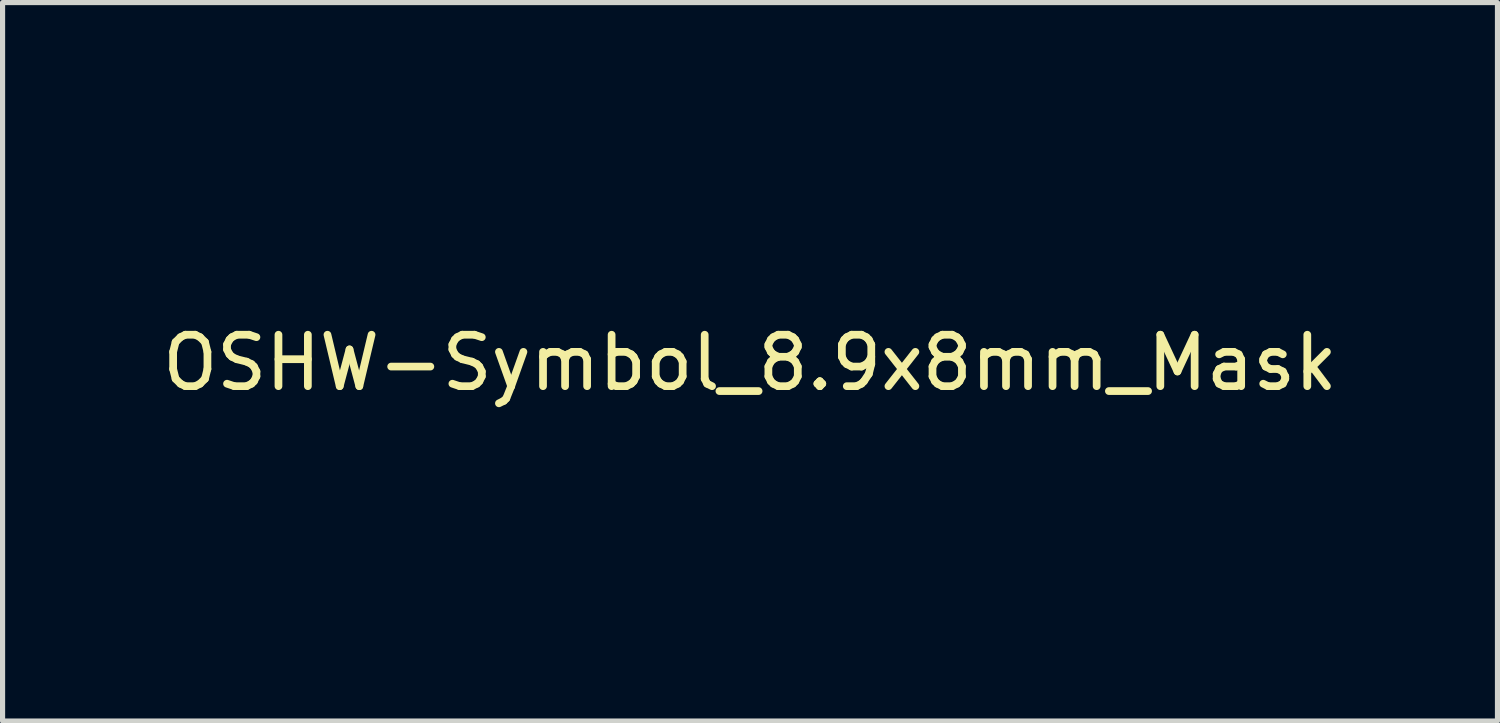
<source format=kicad_pcb>
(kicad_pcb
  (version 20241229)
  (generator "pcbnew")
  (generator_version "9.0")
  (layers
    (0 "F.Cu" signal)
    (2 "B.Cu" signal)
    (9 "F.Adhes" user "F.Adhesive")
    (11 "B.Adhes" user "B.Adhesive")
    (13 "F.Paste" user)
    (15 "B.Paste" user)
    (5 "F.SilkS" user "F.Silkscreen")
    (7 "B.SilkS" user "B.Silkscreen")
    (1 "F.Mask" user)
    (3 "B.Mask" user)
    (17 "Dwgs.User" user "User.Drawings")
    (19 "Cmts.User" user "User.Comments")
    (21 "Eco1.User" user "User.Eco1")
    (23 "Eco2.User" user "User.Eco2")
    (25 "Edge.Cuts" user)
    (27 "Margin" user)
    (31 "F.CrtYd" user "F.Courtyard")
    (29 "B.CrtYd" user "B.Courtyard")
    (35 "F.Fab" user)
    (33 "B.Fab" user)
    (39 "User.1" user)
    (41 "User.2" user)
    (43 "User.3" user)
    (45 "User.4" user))
  (footprint "OSHW-Symbol_8.9x8mm_Mask"
    (layer "F.Cu")
    (at 11.53 4.002)
    (property "Reference" "OSHW-Symbol_8.9x8mm_Mask" (at 0 0 0) (layer "F.SilkS") (effects (font (size 1 1) (thickness 0.15))))
    (attr exclude_from_pos_files exclude_from_bom)
    (fp_poly (pts (xy 0.747 -3.4) (xy 0.859 -2.802) (xy 1.275 -2.631) (xy 1.69 -2.46) (xy 2.188 -2.799) (xy 2.328 -2.893) (xy 2.454 -2.977) (xy 2.561 -3.048) (xy 2.643 -3.1) (xy 2.693 -3.131) (xy 2.707 -3.138) (xy 2.732 -3.121) (xy 2.785 -3.073) (xy 2.86 -3.002) (xy 2.952 -2.912) (xy 3.054 -2.811) (xy 3.161 -2.703) (xy 3.266 -2.596) (xy 3.363 -2.494) (xy 3.447 -2.405) (xy 3.512 -2.333) (xy 3.552 -2.286) (xy 3.561 -2.27) (xy 3.547 -2.241) (xy 3.509 -2.178) (xy 3.451 -2.086) (xy 3.376 -1.971) (xy 3.288 -1.841) (xy 3.237 -1.767) (xy 3.145 -1.632) (xy 3.063 -1.509) (xy 2.995 -1.406) (xy 2.945 -1.329) (xy 2.918 -1.283) (xy 2.914 -1.273) (xy 2.923 -1.245) (xy 2.948 -1.181) (xy 2.986 -1.09) (xy 3.032 -0.979) (xy 3.083 -0.859) (xy 3.134 -0.739) (xy 3.182 -0.627) (xy 3.224 -0.532) (xy 3.254 -0.464) (xy 3.271 -0.432) (xy 3.272 -0.431) (xy 3.297 -0.424) (xy 3.364 -0.411) (xy 3.466 -0.39) (xy 3.597 -0.365) (xy 3.748 -0.337) (xy 3.837 -0.32) (xy 3.998 -0.29) (xy 4.145 -0.26) (xy 4.268 -0.234) (xy 4.36 -0.213) (xy 4.415 -0.197) (xy 4.426 -0.193) (xy 4.437 -0.16) (xy 4.446 -0.086) (xy 4.452 0.02) (xy 4.457 0.15) (xy 4.46 0.296) (xy 4.46 0.448) (xy 4.458 0.598) (xy 4.455 0.737) (xy 4.449 0.857) (xy 4.441 0.949) (xy 4.431 1.005) (xy 4.425 1.016) (xy 4.39 1.03) (xy 4.316 1.05) (xy 4.212 1.074) (xy 4.089 1.098) (xy 4.046 1.106) (xy 3.838 1.144) (xy 3.674 1.175) (xy 3.548 1.2) (xy 3.455 1.219) (xy 3.389 1.235) (xy 3.346 1.248) (xy 3.318 1.26) (xy 3.302 1.272) (xy 3.3 1.274) (xy 3.278 1.311) (xy 3.243 1.384) (xy 3.2 1.484) (xy 3.153 1.601) (xy 3.103 1.727) (xy 3.056 1.852) (xy 3.014 1.969) (xy 2.981 2.067) (xy 2.96 2.138) (xy 2.954 2.173) (xy 2.954 2.174) (xy 2.973 2.203) (xy 3.016 2.266) (xy 3.078 2.357) (xy 3.154 2.469) (xy 3.241 2.596) (xy 3.266 2.632) (xy 3.355 2.763) (xy 3.433 2.883) (xy 3.496 2.984) (xy 3.539 3.06) (xy 3.56 3.103) (xy 3.561 3.109) (xy 3.544 3.137) (xy 3.496 3.193) (xy 3.424 3.271) (xy 3.334 3.365) (xy 3.232 3.468) (xy 3.124 3.575) (xy 3.016 3.68) (xy 2.914 3.776) (xy 2.825 3.858) (xy 2.755 3.919) (xy 2.709 3.954) (xy 2.696 3.959) (xy 2.667 3.946) (xy 2.607 3.91) (xy 2.526 3.857) (xy 2.463 3.815) (xy 2.35 3.737) (xy 2.216 3.645) (xy 2.081 3.553) (xy 2.009 3.504) (xy 1.764 3.339) (xy 1.559 3.45) (xy 1.465 3.499) (xy 1.385 3.536) (xy 1.331 3.558) (xy 1.318 3.561) (xy 1.301 3.539) (xy 1.269 3.476) (xy 1.223 3.379) (xy 1.165 3.253) (xy 1.099 3.103) (xy 1.027 2.936) (xy 0.951 2.758) (xy 0.873 2.574) (xy 0.796 2.39) (xy 0.723 2.211) (xy 0.655 2.044) (xy 0.596 1.895) (xy 0.547 1.768) (xy 0.511 1.671) (xy 0.491 1.608) (xy 0.488 1.586) (xy 0.513 1.558) (xy 0.57 1.514) (xy 0.644 1.461) (xy 0.651 1.457) (xy 0.844 1.302) (xy 1 1.122) (xy 1.117 0.921) (xy 1.194 0.706) (xy 1.229 0.483) (xy 1.222 0.257) (xy 1.17 0.034) (xy 1.073 -0.18) (xy 1.044 -0.226) (xy 0.896 -0.415) (xy 0.72 -0.567) (xy 0.524 -0.681) (xy 0.313 -0.756) (xy 0.093 -0.791) (xy -0.13 -0.786) (xy -0.349 -0.74) (xy -0.559 -0.652) (xy -0.753 -0.521) (xy -0.813 -0.468) (xy -0.966 -0.301) (xy -1.077 -0.126) (xy -1.153 0.07) (xy -1.196 0.265) (xy -1.206 0.483) (xy -1.171 0.703) (xy -1.094 0.916) (xy -0.979 1.116) (xy -0.829 1.294) (xy -0.647 1.444) (xy -0.623 1.46) (xy -0.548 1.512) (xy -0.49 1.557) (xy -0.463 1.585) (xy -0.462 1.586) (xy -0.468 1.617) (xy -0.492 1.687) (xy -0.53 1.791) (xy -0.581 1.922) (xy -0.642 2.076) (xy -0.711 2.245) (xy -0.786 2.425) (xy -0.863 2.61) (xy -0.941 2.793) (xy -1.016 2.97) (xy -1.088 3.134) (xy -1.152 3.279) (xy -1.208 3.4) (xy -1.251 3.491) (xy -1.281 3.546) (xy -1.293 3.561) (xy -1.329 3.55) (xy -1.397 3.519) (xy -1.485 3.476) (xy -1.534 3.45) (xy -1.739 3.339) (xy -1.984 3.504) (xy -2.109 3.589) (xy -2.246 3.683) (xy -2.374 3.77) (xy -2.438 3.815) (xy -2.528 3.875) (xy -2.605 3.923) (xy -2.658 3.953) (xy -2.675 3.959) (xy -2.7 3.942) (xy -2.755 3.895) (xy -2.835 3.823) (xy -2.934 3.731) (xy -3.048 3.623) (xy -3.12 3.554) (xy -3.245 3.431) (xy -3.354 3.32) (xy -3.441 3.227) (xy -3.503 3.157) (xy -3.534 3.114) (xy -3.537 3.105) (xy -3.523 3.072) (xy -3.485 3.005) (xy -3.426 2.911) (xy -3.352 2.796) (xy -3.266 2.668) (xy -3.241 2.632) (xy -3.152 2.502) (xy -3.072 2.386) (xy -3.006 2.288) (xy -2.958 2.217) (xy -2.932 2.178) (xy -2.93 2.174) (xy -2.933 2.143) (xy -2.953 2.076) (xy -2.985 1.98) (xy -3.026 1.865) (xy -3.073 1.74) (xy -3.123 1.614) (xy -3.171 1.495) (xy -3.214 1.394) (xy -3.25 1.318) (xy -3.273 1.276) (xy -3.275 1.274) (xy -3.29 1.262) (xy -3.314 1.25) (xy -3.355 1.237) (xy -3.416 1.222) (xy -3.503 1.204) (xy -3.622 1.18) (xy -3.779 1.151) (xy -3.978 1.114) (xy -4.021 1.106) (xy -4.149 1.082) (xy -4.26 1.058) (xy -4.345 1.036) (xy -4.394 1.02) (xy -4.401 1.016) (xy -4.411 0.983) (xy -4.42 0.909) (xy -4.427 0.802) (xy -4.432 0.672) (xy -4.434 0.526) (xy -4.435 0.374) (xy -4.434 0.224) (xy -4.43 0.085) (xy -4.425 -0.034) (xy -4.417 -0.126) (xy -4.407 -0.181) (xy -4.401 -0.193) (xy -4.369 -0.204) (xy -4.295 -0.222) (xy -4.186 -0.246) (xy -4.051 -0.274) (xy -3.896 -0.305) (xy -3.812 -0.32) (xy -3.652 -0.35) (xy -3.509 -0.377) (xy -3.391 -0.4) (xy -3.304 -0.418) (xy -3.255 -0.428) (xy -3.247 -0.431) (xy -3.233 -0.457) (xy -3.204 -0.52) (xy -3.164 -0.611) (xy -3.117 -0.721) (xy -3.065 -0.841) (xy -3.014 -0.962) (xy -2.967 -1.074) (xy -2.928 -1.17) (xy -2.901 -1.239) (xy -2.889 -1.273) (xy -2.889 -1.274) (xy -2.902 -1.301) (xy -2.94 -1.362) (xy -2.999 -1.452) (xy -3.074 -1.565) (xy -3.161 -1.694) (xy -3.212 -1.768) (xy -3.305 -1.904) (xy -3.387 -2.027) (xy -3.455 -2.132) (xy -3.505 -2.212) (xy -3.532 -2.26) (xy -3.536 -2.271) (xy -3.519 -2.296) (xy -3.473 -2.35) (xy -3.402 -2.426) (xy -3.314 -2.519) (xy -3.214 -2.623) (xy -3.108 -2.731) (xy -3.002 -2.838) (xy -2.902 -2.937) (xy -2.814 -3.022) (xy -2.743 -3.088) (xy -2.697 -3.128) (xy -2.682 -3.138) (xy -2.656 -3.124) (xy -2.596 -3.086) (xy -2.506 -3.028) (xy -2.393 -2.953) (xy -2.262 -2.866) (xy -2.163 -2.799) (xy -1.665 -2.46) (xy -1.25 -2.631) (xy -0.834 -2.802) (xy -0.722 -3.4) (xy -0.609 -3.997) (xy 0.634 -3.997) (xy 0.747 -3.4)) (stroke (width 0.01) (type solid)) (fill yes) (layer "F.Mask")))
  (gr_rect
    (start -3 -3)
    (end 26.06 10.966)
    (stroke (width 0.1) (type default))
    (fill no)
    (layer "Edge.Cuts")))
</source>
